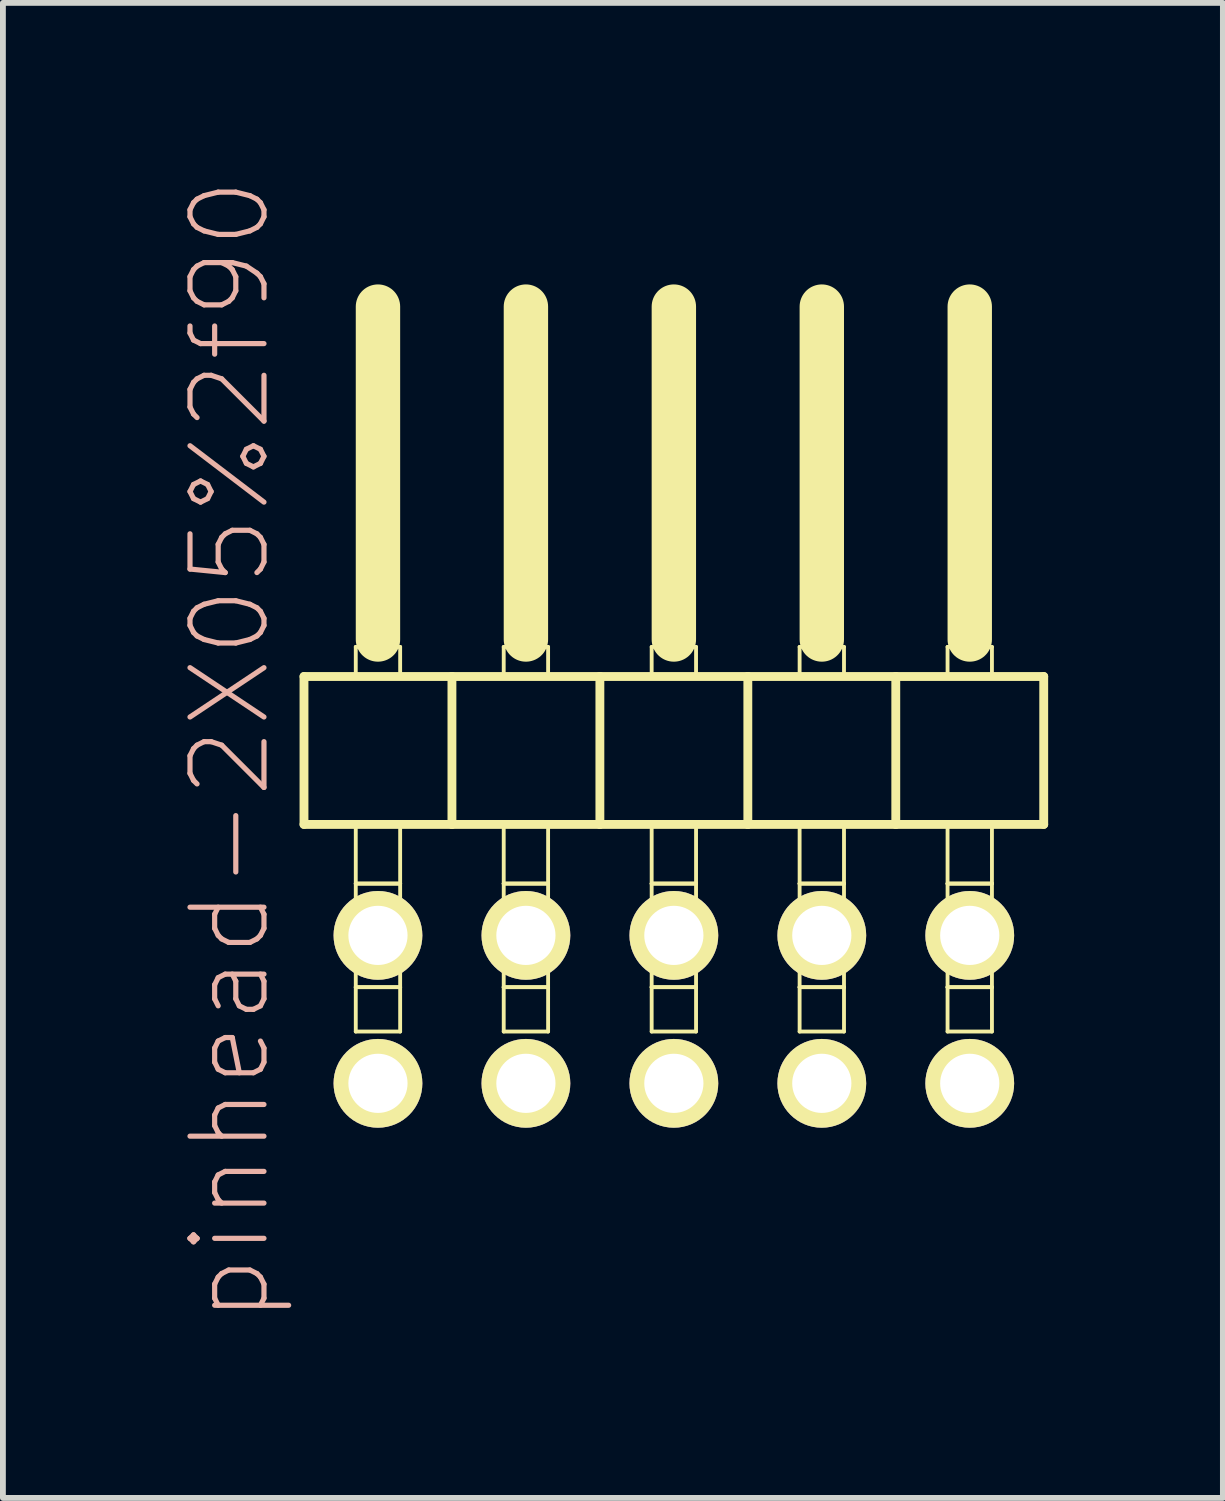
<source format=kicad_pcb>
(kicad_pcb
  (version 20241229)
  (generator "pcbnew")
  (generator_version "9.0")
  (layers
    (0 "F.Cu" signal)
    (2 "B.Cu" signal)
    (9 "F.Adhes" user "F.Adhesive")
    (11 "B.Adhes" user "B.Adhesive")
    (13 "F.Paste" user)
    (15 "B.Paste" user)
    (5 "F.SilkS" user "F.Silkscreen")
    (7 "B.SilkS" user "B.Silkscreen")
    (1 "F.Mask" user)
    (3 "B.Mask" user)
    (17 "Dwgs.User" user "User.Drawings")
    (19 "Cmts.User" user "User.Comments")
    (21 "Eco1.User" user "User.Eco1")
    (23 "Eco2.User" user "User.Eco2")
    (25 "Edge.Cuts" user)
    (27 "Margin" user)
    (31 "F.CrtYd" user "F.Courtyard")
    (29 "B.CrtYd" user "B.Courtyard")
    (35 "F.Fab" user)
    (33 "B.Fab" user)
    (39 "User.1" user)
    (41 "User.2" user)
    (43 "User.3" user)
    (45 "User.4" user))
  (footprint "pinhead-2X05%2f90"
    (layer "F.Cu")
    (at 8.519 9.199)
    (property "Reference" "pinhead-2X05%2f90" (at -7.62 0.635 90) (layer "B.SilkS") (effects (font (size 1.27 1.27) (thickness 0.089))))
    (attr exclude_from_pos_files exclude_from_bom)
    (fp_line (start -6.35 -0.635) (end -6.35 1.905) (stroke (width 0.152) (type solid)) (layer "F.SilkS"))
    (fp_line (start -6.35 1.905) (end -3.81 1.905) (stroke (width 0.152) (type solid)) (layer "F.SilkS"))
    (fp_line (start -5.461 -1.143) (end -4.699 -1.143) (stroke (width 0.066) (type solid)) (layer "F.SilkS"))
    (fp_line (start -5.461 -0.635) (end -5.461 -1.143) (stroke (width 0.066) (type solid)) (layer "F.SilkS"))
    (fp_line (start -5.461 -0.635) (end -4.699 -0.635) (stroke (width 0.066) (type solid)) (layer "F.SilkS"))
    (fp_line (start -5.461 1.905) (end -4.699 1.905) (stroke (width 0.066) (type solid)) (layer "F.SilkS"))
    (fp_line (start -5.461 2.921) (end -5.461 1.905) (stroke (width 0.066) (type solid)) (layer "F.SilkS"))
    (fp_line (start -5.461 2.921) (end -4.699 2.921) (stroke (width 0.066) (type solid)) (layer "F.SilkS"))
    (fp_line (start -5.461 2.921) (end -4.699 2.921) (stroke (width 0.066) (type solid)) (layer "F.SilkS"))
    (fp_line (start -5.461 4.699) (end -5.461 2.921) (stroke (width 0.066) (type solid)) (layer "F.SilkS"))
    (fp_line (start -5.461 4.699) (end -4.699 4.699) (stroke (width 0.066) (type solid)) (layer "F.SilkS"))
    (fp_line (start -5.461 4.699) (end -4.699 4.699) (stroke (width 0.066) (type solid)) (layer "F.SilkS"))
    (fp_line (start -5.461 5.461) (end -5.461 4.699) (stroke (width 0.066) (type solid)) (layer "F.SilkS"))
    (fp_line (start -5.461 5.461) (end -4.699 5.461) (stroke (width 0.066) (type solid)) (layer "F.SilkS"))
    (fp_line (start -5.08 -6.985) (end -5.08 -1.27) (stroke (width 0.762) (type solid)) (layer "F.SilkS"))
    (fp_line (start -4.699 -0.635) (end -4.699 -1.143) (stroke (width 0.066) (type solid)) (layer "F.SilkS"))
    (fp_line (start -4.699 2.921) (end -4.699 1.905) (stroke (width 0.066) (type solid)) (layer "F.SilkS"))
    (fp_line (start -4.699 4.699) (end -4.699 2.921) (stroke (width 0.066) (type solid)) (layer "F.SilkS"))
    (fp_line (start -4.699 5.461) (end -4.699 4.699) (stroke (width 0.066) (type solid)) (layer "F.SilkS"))
    (fp_line (start -3.81 -0.635) (end -6.35 -0.635) (stroke (width 0.152) (type solid)) (layer "F.SilkS"))
    (fp_line (start -3.81 1.905) (end -3.81 -0.635) (stroke (width 0.152) (type solid)) (layer "F.SilkS"))
    (fp_line (start -3.81 1.905) (end -1.27 1.905) (stroke (width 0.152) (type solid)) (layer "F.SilkS"))
    (fp_line (start -2.921 -1.143) (end -2.159 -1.143) (stroke (width 0.066) (type solid)) (layer "F.SilkS"))
    (fp_line (start -2.921 -0.635) (end -2.921 -1.143) (stroke (width 0.066) (type solid)) (layer "F.SilkS"))
    (fp_line (start -2.921 -0.635) (end -2.159 -0.635) (stroke (width 0.066) (type solid)) (layer "F.SilkS"))
    (fp_line (start -2.921 1.905) (end -2.159 1.905) (stroke (width 0.066) (type solid)) (layer "F.SilkS"))
    (fp_line (start -2.921 2.921) (end -2.921 1.905) (stroke (width 0.066) (type solid)) (layer "F.SilkS"))
    (fp_line (start -2.921 2.921) (end -2.159 2.921) (stroke (width 0.066) (type solid)) (layer "F.SilkS"))
    (fp_line (start -2.921 2.921) (end -2.159 2.921) (stroke (width 0.066) (type solid)) (layer "F.SilkS"))
    (fp_line (start -2.921 4.699) (end -2.921 2.921) (stroke (width 0.066) (type solid)) (layer "F.SilkS"))
    (fp_line (start -2.921 4.699) (end -2.159 4.699) (stroke (width 0.066) (type solid)) (layer "F.SilkS"))
    (fp_line (start -2.921 4.699) (end -2.159 4.699) (stroke (width 0.066) (type solid)) (layer "F.SilkS"))
    (fp_line (start -2.921 5.461) (end -2.921 4.699) (stroke (width 0.066) (type solid)) (layer "F.SilkS"))
    (fp_line (start -2.921 5.461) (end -2.159 5.461) (stroke (width 0.066) (type solid)) (layer "F.SilkS"))
    (fp_line (start -2.54 -6.985) (end -2.54 -1.27) (stroke (width 0.762) (type solid)) (layer "F.SilkS"))
    (fp_line (start -2.159 -0.635) (end -2.159 -1.143) (stroke (width 0.066) (type solid)) (layer "F.SilkS"))
    (fp_line (start -2.159 2.921) (end -2.159 1.905) (stroke (width 0.066) (type solid)) (layer "F.SilkS"))
    (fp_line (start -2.159 4.699) (end -2.159 2.921) (stroke (width 0.066) (type solid)) (layer "F.SilkS"))
    (fp_line (start -2.159 5.461) (end -2.159 4.699) (stroke (width 0.066) (type solid)) (layer "F.SilkS"))
    (fp_line (start -1.27 -0.635) (end -3.81 -0.635) (stroke (width 0.152) (type solid)) (layer "F.SilkS"))
    (fp_line (start -1.27 1.905) (end -1.27 -0.635) (stroke (width 0.152) (type solid)) (layer "F.SilkS"))
    (fp_line (start -1.27 1.905) (end 1.27 1.905) (stroke (width 0.152) (type solid)) (layer "F.SilkS"))
    (fp_line (start -0.381 -1.143) (end 0.381 -1.143) (stroke (width 0.066) (type solid)) (layer "F.SilkS"))
    (fp_line (start -0.381 -0.635) (end -0.381 -1.143) (stroke (width 0.066) (type solid)) (layer "F.SilkS"))
    (fp_line (start -0.381 -0.635) (end 0.381 -0.635) (stroke (width 0.066) (type solid)) (layer "F.SilkS"))
    (fp_line (start -0.381 1.905) (end 0.381 1.905) (stroke (width 0.066) (type solid)) (layer "F.SilkS"))
    (fp_line (start -0.381 2.921) (end -0.381 1.905) (stroke (width 0.066) (type solid)) (layer "F.SilkS"))
    (fp_line (start -0.381 2.921) (end 0.381 2.921) (stroke (width 0.066) (type solid)) (layer "F.SilkS"))
    (fp_line (start -0.381 2.921) (end 0.381 2.921) (stroke (width 0.066) (type solid)) (layer "F.SilkS"))
    (fp_line (start -0.381 4.699) (end -0.381 2.921) (stroke (width 0.066) (type solid)) (layer "F.SilkS"))
    (fp_line (start -0.381 4.699) (end 0.381 4.699) (stroke (width 0.066) (type solid)) (layer "F.SilkS"))
    (fp_line (start -0.381 4.699) (end 0.381 4.699) (stroke (width 0.066) (type solid)) (layer "F.SilkS"))
    (fp_line (start -0.381 5.461) (end -0.381 4.699) (stroke (width 0.066) (type solid)) (layer "F.SilkS"))
    (fp_line (start -0.381 5.461) (end 0.381 5.461) (stroke (width 0.066) (type solid)) (layer "F.SilkS"))
    (fp_line (start 0 -6.985) (end 0 -1.27) (stroke (width 0.762) (type solid)) (layer "F.SilkS"))
    (fp_line (start 0.381 -0.635) (end 0.381 -1.143) (stroke (width 0.066) (type solid)) (layer "F.SilkS"))
    (fp_line (start 0.381 2.921) (end 0.381 1.905) (stroke (width 0.066) (type solid)) (layer "F.SilkS"))
    (fp_line (start 0.381 4.699) (end 0.381 2.921) (stroke (width 0.066) (type solid)) (layer "F.SilkS"))
    (fp_line (start 0.381 5.461) (end 0.381 4.699) (stroke (width 0.066) (type solid)) (layer "F.SilkS"))
    (fp_line (start 1.27 -0.635) (end -1.27 -0.635) (stroke (width 0.152) (type solid)) (layer "F.SilkS"))
    (fp_line (start 1.27 1.905) (end 1.27 -0.635) (stroke (width 0.152) (type solid)) (layer "F.SilkS"))
    (fp_line (start 1.27 1.905) (end 3.81 1.905) (stroke (width 0.152) (type solid)) (layer "F.SilkS"))
    (fp_line (start 2.159 -1.143) (end 2.921 -1.143) (stroke (width 0.066) (type solid)) (layer "F.SilkS"))
    (fp_line (start 2.159 -0.635) (end 2.159 -1.143) (stroke (width 0.066) (type solid)) (layer "F.SilkS"))
    (fp_line (start 2.159 -0.635) (end 2.921 -0.635) (stroke (width 0.066) (type solid)) (layer "F.SilkS"))
    (fp_line (start 2.159 1.905) (end 2.921 1.905) (stroke (width 0.066) (type solid)) (layer "F.SilkS"))
    (fp_line (start 2.159 2.921) (end 2.159 1.905) (stroke (width 0.066) (type solid)) (layer "F.SilkS"))
    (fp_line (start 2.159 2.921) (end 2.921 2.921) (stroke (width 0.066) (type solid)) (layer "F.SilkS"))
    (fp_line (start 2.159 2.921) (end 2.921 2.921) (stroke (width 0.066) (type solid)) (layer "F.SilkS"))
    (fp_line (start 2.159 4.699) (end 2.159 2.921) (stroke (width 0.066) (type solid)) (layer "F.SilkS"))
    (fp_line (start 2.159 4.699) (end 2.921 4.699) (stroke (width 0.066) (type solid)) (layer "F.SilkS"))
    (fp_line (start 2.159 4.699) (end 2.921 4.699) (stroke (width 0.066) (type solid)) (layer "F.SilkS"))
    (fp_line (start 2.159 5.461) (end 2.159 4.699) (stroke (width 0.066) (type solid)) (layer "F.SilkS"))
    (fp_line (start 2.159 5.461) (end 2.921 5.461) (stroke (width 0.066) (type solid)) (layer "F.SilkS"))
    (fp_line (start 2.54 -6.985) (end 2.54 -1.27) (stroke (width 0.762) (type solid)) (layer "F.SilkS"))
    (fp_line (start 2.921 -0.635) (end 2.921 -1.143) (stroke (width 0.066) (type solid)) (layer "F.SilkS"))
    (fp_line (start 2.921 2.921) (end 2.921 1.905) (stroke (width 0.066) (type solid)) (layer "F.SilkS"))
    (fp_line (start 2.921 4.699) (end 2.921 2.921) (stroke (width 0.066) (type solid)) (layer "F.SilkS"))
    (fp_line (start 2.921 5.461) (end 2.921 4.699) (stroke (width 0.066) (type solid)) (layer "F.SilkS"))
    (fp_line (start 3.81 -0.635) (end 1.27 -0.635) (stroke (width 0.152) (type solid)) (layer "F.SilkS"))
    (fp_line (start 3.81 1.905) (end 3.81 -0.635) (stroke (width 0.152) (type solid)) (layer "F.SilkS"))
    (fp_line (start 3.81 1.905) (end 6.35 1.905) (stroke (width 0.152) (type solid)) (layer "F.SilkS"))
    (fp_line (start 4.699 -1.143) (end 5.461 -1.143) (stroke (width 0.066) (type solid)) (layer "F.SilkS"))
    (fp_line (start 4.699 -0.635) (end 4.699 -1.143) (stroke (width 0.066) (type solid)) (layer "F.SilkS"))
    (fp_line (start 4.699 -0.635) (end 5.461 -0.635) (stroke (width 0.066) (type solid)) (layer "F.SilkS"))
    (fp_line (start 4.699 1.905) (end 5.461 1.905) (stroke (width 0.066) (type solid)) (layer "F.SilkS"))
    (fp_line (start 4.699 2.921) (end 4.699 1.905) (stroke (width 0.066) (type solid)) (layer "F.SilkS"))
    (fp_line (start 4.699 2.921) (end 5.461 2.921) (stroke (width 0.066) (type solid)) (layer "F.SilkS"))
    (fp_line (start 4.699 2.921) (end 5.461 2.921) (stroke (width 0.066) (type solid)) (layer "F.SilkS"))
    (fp_line (start 4.699 4.699) (end 4.699 2.921) (stroke (width 0.066) (type solid)) (layer "F.SilkS"))
    (fp_line (start 4.699 4.699) (end 5.461 4.699) (stroke (width 0.066) (type solid)) (layer "F.SilkS"))
    (fp_line (start 4.699 4.699) (end 5.461 4.699) (stroke (width 0.066) (type solid)) (layer "F.SilkS"))
    (fp_line (start 4.699 5.461) (end 4.699 4.699) (stroke (width 0.066) (type solid)) (layer "F.SilkS"))
    (fp_line (start 4.699 5.461) (end 5.461 5.461) (stroke (width 0.066) (type solid)) (layer "F.SilkS"))
    (fp_line (start 5.08 -6.985) (end 5.08 -1.27) (stroke (width 0.762) (type solid)) (layer "F.SilkS"))
    (fp_line (start 5.461 -0.635) (end 5.461 -1.143) (stroke (width 0.066) (type solid)) (layer "F.SilkS"))
    (fp_line (start 5.461 2.921) (end 5.461 1.905) (stroke (width 0.066) (type solid)) (layer "F.SilkS"))
    (fp_line (start 5.461 4.699) (end 5.461 2.921) (stroke (width 0.066) (type solid)) (layer "F.SilkS"))
    (fp_line (start 5.461 5.461) (end 5.461 4.699) (stroke (width 0.066) (type solid)) (layer "F.SilkS"))
    (fp_line (start 6.35 -0.635) (end 3.81 -0.635) (stroke (width 0.152) (type solid)) (layer "F.SilkS"))
    (fp_line (start 6.35 1.905) (end 6.35 -0.635) (stroke (width 0.152) (type solid)) (layer "F.SilkS"))
    (pad "1" thru_hole circle (at -5.08 6.35) (size 1.524 1.524) (drill 1.016) (layers "*.Cu" "F.Mask" "F.SilkS" "F.Paste"))
    (pad "2" thru_hole circle (at -5.08 3.81) (size 1.524 1.524) (drill 1.016) (layers "*.Cu" "F.Mask" "F.SilkS" "F.Paste"))
    (pad "3" thru_hole circle (at -2.54 6.35) (size 1.524 1.524) (drill 1.016) (layers "*.Cu" "F.Mask" "F.SilkS" "F.Paste"))
    (pad "4" thru_hole circle (at -2.54 3.81) (size 1.524 1.524) (drill 1.016) (layers "*.Cu" "F.Mask" "F.SilkS" "F.Paste"))
    (pad "5" thru_hole circle (at 0 6.35) (size 1.524 1.524) (drill 1.016) (layers "*.Cu" "F.Mask" "F.SilkS" "F.Paste"))
    (pad "6" thru_hole circle (at 0 3.81) (size 1.524 1.524) (drill 1.016) (layers "*.Cu" "F.Mask" "F.SilkS" "F.Paste"))
    (pad "7" thru_hole circle (at 2.54 6.35) (size 1.524 1.524) (drill 1.016) (layers "*.Cu" "F.Mask" "F.SilkS" "F.Paste"))
    (pad "8" thru_hole circle (at 2.54 3.81) (size 1.524 1.524) (drill 1.016) (layers "*.Cu" "F.Mask" "F.SilkS" "F.Paste"))
    (pad "9" thru_hole circle (at 5.08 6.35) (size 1.524 1.524) (drill 1.016) (layers "*.Cu" "F.Mask" "F.SilkS" "F.Paste"))
    (pad "10" thru_hole circle (at 5.08 3.81) (size 1.524 1.524) (drill 1.016) (layers "*.Cu" "F.Mask" "F.SilkS" "F.Paste")))
  (gr_rect
    (start -3 -3)
    (end 17.945 22.667)
    (stroke (width 0.1) (type default))
    (fill no)
    (layer "Edge.Cuts")))
</source>
